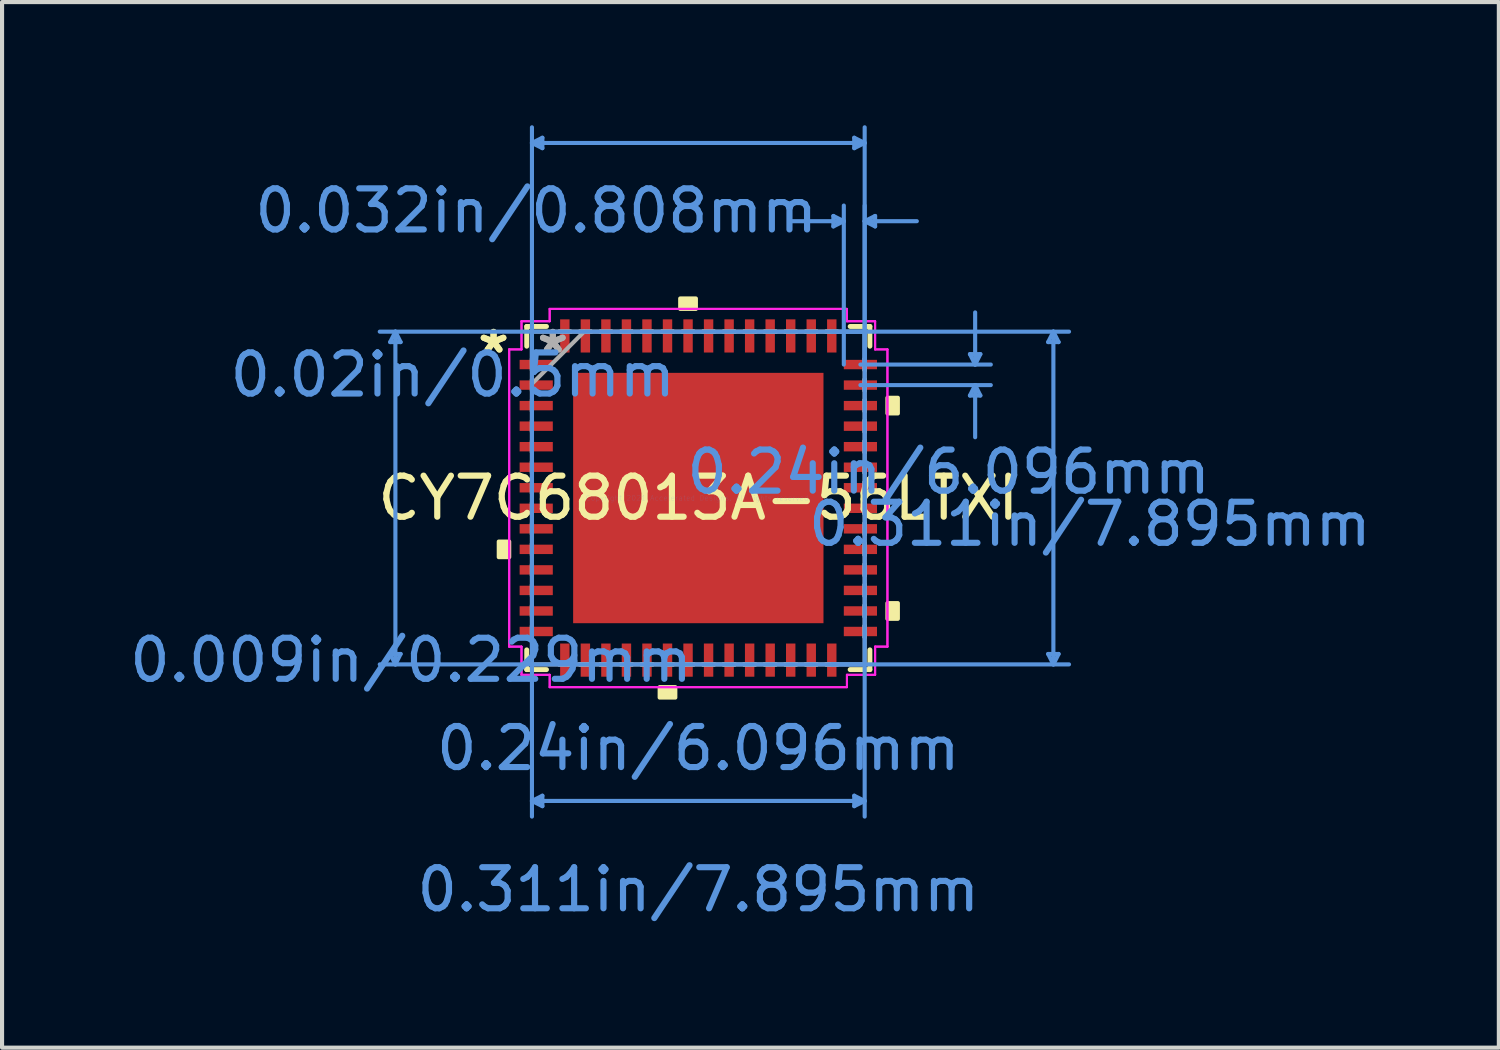
<source format=kicad_pcb>
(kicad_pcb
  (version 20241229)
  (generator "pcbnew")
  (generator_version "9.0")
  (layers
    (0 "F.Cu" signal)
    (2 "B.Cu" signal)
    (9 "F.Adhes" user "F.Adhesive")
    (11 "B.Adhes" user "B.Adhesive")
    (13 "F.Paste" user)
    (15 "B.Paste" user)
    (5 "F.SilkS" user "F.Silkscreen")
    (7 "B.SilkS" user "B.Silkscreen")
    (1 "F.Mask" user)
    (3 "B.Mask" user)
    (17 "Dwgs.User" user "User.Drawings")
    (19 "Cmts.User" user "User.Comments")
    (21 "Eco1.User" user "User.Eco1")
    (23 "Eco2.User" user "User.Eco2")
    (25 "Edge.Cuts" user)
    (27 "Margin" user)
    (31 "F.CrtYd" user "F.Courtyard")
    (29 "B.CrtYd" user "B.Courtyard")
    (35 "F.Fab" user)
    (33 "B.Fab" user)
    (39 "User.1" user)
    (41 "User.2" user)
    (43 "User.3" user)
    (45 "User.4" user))
  (footprint "CY7C68013A-56LTXI"
    (layer "F.Cu")
    (at 13.954 9.077)
    (property "Reference" "CY7C68013A-56LTXI" (at 0 0 0) (layer "F.SilkS") (effects (font (size 1 1) (thickness 0.15))))
    (attr through_hole)
    (fp_line (start -4.178 -4.178) (end -4.178 -3.697) (stroke (width 0.12) (type solid)) (layer "F.SilkS"))
    (fp_line (start -4.178 3.697) (end -4.178 4.178) (stroke (width 0.12) (type solid)) (layer "F.SilkS"))
    (fp_line (start -4.178 4.178) (end -3.697 4.178) (stroke (width 0.12) (type solid)) (layer "F.SilkS"))
    (fp_line (start -3.697 -4.178) (end -4.178 -4.178) (stroke (width 0.12) (type solid)) (layer "F.SilkS"))
    (fp_line (start 3.697 4.178) (end 4.178 4.178) (stroke (width 0.12) (type solid)) (layer "F.SilkS"))
    (fp_line (start 4.178 -4.178) (end 3.697 -4.178) (stroke (width 0.12) (type solid)) (layer "F.SilkS"))
    (fp_line (start 4.178 -3.697) (end 4.178 -4.178) (stroke (width 0.12) (type solid)) (layer "F.SilkS"))
    (fp_line (start 4.178 4.178) (end 4.178 3.697) (stroke (width 0.12) (type solid)) (layer "F.SilkS"))
    (fp_poly (pts (xy -4.859 1.06) (xy -4.859 1.44) (xy -4.605 1.44) (xy -4.605 1.06)) (stroke (width 0.1) (type solid)) (fill yes) (layer "F.SilkS"))
    (fp_poly (pts (xy -0.941 4.605) (xy -0.941 4.859) (xy -0.56 4.859) (xy -0.56 4.605)) (stroke (width 0.1) (type solid)) (fill yes) (layer "F.SilkS"))
    (fp_poly (pts (xy -0.441 -4.605) (xy -0.441 -4.859) (xy -0.059 -4.859) (xy -0.059 -4.605)) (stroke (width 0.1) (type solid)) (fill yes) (layer "F.SilkS"))
    (fp_poly (pts (xy 4.859 -2.441) (xy 4.859 -2.06) (xy 4.605 -2.06) (xy 4.605 -2.441)) (stroke (width 0.1) (type solid)) (fill yes) (layer "F.SilkS"))
    (fp_poly (pts (xy 4.859 2.559) (xy 4.859 2.941) (xy 4.605 2.941) (xy 4.605 2.559)) (stroke (width 0.1) (type solid)) (fill yes) (layer "F.SilkS"))
    (fp_poly (pts (xy -2.948 -2.948) (xy -2.948 -1.624) (xy -1.624 -1.624) (xy -1.624 -2.948)) (stroke (width 0.1) (type solid)) (fill yes) (layer "F.Paste"))
    (fp_poly (pts (xy -2.948 -1.424) (xy -2.948 -0.1) (xy -1.624 -0.1) (xy -1.624 -1.424)) (stroke (width 0.1) (type solid)) (fill yes) (layer "F.Paste"))
    (fp_poly (pts (xy -2.948 0.1) (xy -2.948 1.424) (xy -1.624 1.424) (xy -1.624 0.1)) (stroke (width 0.1) (type solid)) (fill yes) (layer "F.Paste"))
    (fp_poly (pts (xy -2.948 1.624) (xy -2.948 2.948) (xy -1.624 2.948) (xy -1.624 1.624)) (stroke (width 0.1) (type solid)) (fill yes) (layer "F.Paste"))
    (fp_poly (pts (xy -1.424 -2.948) (xy -1.424 -1.624) (xy -0.1 -1.624) (xy -0.1 -2.948)) (stroke (width 0.1) (type solid)) (fill yes) (layer "F.Paste"))
    (fp_poly (pts (xy -1.424 -1.424) (xy -1.424 -0.1) (xy -0.1 -0.1) (xy -0.1 -1.424)) (stroke (width 0.1) (type solid)) (fill yes) (layer "F.Paste"))
    (fp_poly (pts (xy -1.424 0.1) (xy -1.424 1.424) (xy -0.1 1.424) (xy -0.1 0.1)) (stroke (width 0.1) (type solid)) (fill yes) (layer "F.Paste"))
    (fp_poly (pts (xy -1.424 1.624) (xy -1.424 2.948) (xy -0.1 2.948) (xy -0.1 1.624)) (stroke (width 0.1) (type solid)) (fill yes) (layer "F.Paste"))
    (fp_poly (pts (xy 0.1 -2.948) (xy 0.1 -1.624) (xy 1.424 -1.624) (xy 1.424 -2.948)) (stroke (width 0.1) (type solid)) (fill yes) (layer "F.Paste"))
    (fp_poly (pts (xy 0.1 -1.424) (xy 0.1 -0.1) (xy 1.424 -0.1) (xy 1.424 -1.424)) (stroke (width 0.1) (type solid)) (fill yes) (layer "F.Paste"))
    (fp_poly (pts (xy 0.1 0.1) (xy 0.1 1.424) (xy 1.424 1.424) (xy 1.424 0.1)) (stroke (width 0.1) (type solid)) (fill yes) (layer "F.Paste"))
    (fp_poly (pts (xy 0.1 1.624) (xy 0.1 2.948) (xy 1.424 2.948) (xy 1.424 1.624)) (stroke (width 0.1) (type solid)) (fill yes) (layer "F.Paste"))
    (fp_poly (pts (xy 1.624 -2.948) (xy 1.624 -1.624) (xy 2.948 -1.624) (xy 2.948 -2.948)) (stroke (width 0.1) (type solid)) (fill yes) (layer "F.Paste"))
    (fp_poly (pts (xy 1.624 -1.424) (xy 1.624 -0.1) (xy 2.948 -0.1) (xy 2.948 -1.424)) (stroke (width 0.1) (type solid)) (fill yes) (layer "F.Paste"))
    (fp_poly (pts (xy 1.624 0.1) (xy 1.624 1.424) (xy 2.948 1.424) (xy 2.948 0.1)) (stroke (width 0.1) (type solid)) (fill yes) (layer "F.Paste"))
    (fp_poly (pts (xy 1.624 1.624) (xy 1.624 2.948) (xy 2.948 2.948) (xy 2.948 1.624)) (stroke (width 0.1) (type solid)) (fill yes) (layer "F.Paste"))
    (fp_line (start -7.503 -3.797) (end -7.249 -3.797) (stroke (width 0.1) (type solid)) (layer "Cmts.User"))
    (fp_line (start -7.503 3.797) (end -7.249 3.797) (stroke (width 0.1) (type solid)) (layer "Cmts.User"))
    (fp_line (start -7.376 -4.051) (end -7.503 -3.797) (stroke (width 0.1) (type solid)) (layer "Cmts.User"))
    (fp_line (start -7.376 -4.051) (end -7.376 4.051) (stroke (width 0.1) (type solid)) (layer "Cmts.User"))
    (fp_line (start -7.376 -4.051) (end -7.249 -3.797) (stroke (width 0.1) (type solid)) (layer "Cmts.User"))
    (fp_line (start -7.376 4.051) (end -7.503 3.797) (stroke (width 0.1) (type solid)) (layer "Cmts.User"))
    (fp_line (start -7.376 4.051) (end -7.249 3.797) (stroke (width 0.1) (type solid)) (layer "Cmts.User"))
    (fp_line (start -4.051 -8.646) (end -3.797 -8.773) (stroke (width 0.1) (type solid)) (layer "Cmts.User"))
    (fp_line (start -4.051 -8.646) (end -3.797 -8.519) (stroke (width 0.1) (type solid)) (layer "Cmts.User"))
    (fp_line (start -4.051 -8.646) (end 4.051 -8.646) (stroke (width 0.1) (type solid)) (layer "Cmts.User"))
    (fp_line (start -4.051 -4.051) (end -4.051 7.757) (stroke (width 0.1) (type solid)) (layer "Cmts.User"))
    (fp_line (start -4.051 -3.25) (end -4.051 -9.027) (stroke (width 0.1) (type solid)) (layer "Cmts.User"))
    (fp_line (start -4.051 7.376) (end -3.797 7.249) (stroke (width 0.1) (type solid)) (layer "Cmts.User"))
    (fp_line (start -4.051 7.376) (end -3.797 7.503) (stroke (width 0.1) (type solid)) (layer "Cmts.User"))
    (fp_line (start -4.051 7.376) (end 4.051 7.376) (stroke (width 0.1) (type solid)) (layer "Cmts.User"))
    (fp_line (start -3.797 -8.773) (end -3.797 -8.519) (stroke (width 0.1) (type solid)) (layer "Cmts.User"))
    (fp_line (start -3.797 7.249) (end -3.797 7.503) (stroke (width 0.1) (type solid)) (layer "Cmts.User"))
    (fp_line (start 3.25 -4.051) (end 9.027 -4.051) (stroke (width 0.1) (type solid)) (layer "Cmts.User"))
    (fp_line (start 3.25 4.051) (end 9.027 4.051) (stroke (width 0.1) (type solid)) (layer "Cmts.User"))
    (fp_line (start 3.289 -6.868) (end 3.289 -6.614) (stroke (width 0.1) (type solid)) (layer "Cmts.User"))
    (fp_line (start 3.543 -6.741) (end 2.273 -6.741) (stroke (width 0.1) (type solid)) (layer "Cmts.User"))
    (fp_line (start 3.543 -6.741) (end 3.289 -6.868) (stroke (width 0.1) (type solid)) (layer "Cmts.User"))
    (fp_line (start 3.543 -6.741) (end 3.289 -6.614) (stroke (width 0.1) (type solid)) (layer "Cmts.User"))
    (fp_line (start 3.543 -3.25) (end 3.543 -7.122) (stroke (width 0.1) (type solid)) (layer "Cmts.User"))
    (fp_line (start 3.797 -8.773) (end 3.797 -8.519) (stroke (width 0.1) (type solid)) (layer "Cmts.User"))
    (fp_line (start 3.797 7.249) (end 3.797 7.503) (stroke (width 0.1) (type solid)) (layer "Cmts.User"))
    (fp_line (start 3.947 -3.25) (end 7.122 -3.25) (stroke (width 0.1) (type solid)) (layer "Cmts.User"))
    (fp_line (start 3.947 -2.75) (end 7.122 -2.75) (stroke (width 0.1) (type solid)) (layer "Cmts.User"))
    (fp_line (start 4.051 -8.646) (end 3.797 -8.773) (stroke (width 0.1) (type solid)) (layer "Cmts.User"))
    (fp_line (start 4.051 -8.646) (end 3.797 -8.519) (stroke (width 0.1) (type solid)) (layer "Cmts.User"))
    (fp_line (start 4.051 -6.741) (end 4.305 -6.868) (stroke (width 0.1) (type solid)) (layer "Cmts.User"))
    (fp_line (start 4.051 -6.741) (end 4.305 -6.614) (stroke (width 0.1) (type solid)) (layer "Cmts.User"))
    (fp_line (start 4.051 -6.741) (end 5.321 -6.741) (stroke (width 0.1) (type solid)) (layer "Cmts.User"))
    (fp_line (start 4.051 -4.051) (end -7.757 -4.051) (stroke (width 0.1) (type solid)) (layer "Cmts.User"))
    (fp_line (start 4.051 -4.051) (end 4.051 7.757) (stroke (width 0.1) (type solid)) (layer "Cmts.User"))
    (fp_line (start 4.051 -3.25) (end 4.051 -9.027) (stroke (width 0.1) (type solid)) (layer "Cmts.User"))
    (fp_line (start 4.051 -3.25) (end 4.051 -7.122) (stroke (width 0.1) (type solid)) (layer "Cmts.User"))
    (fp_line (start 4.051 4.051) (end -7.757 4.051) (stroke (width 0.1) (type solid)) (layer "Cmts.User"))
    (fp_line (start 4.051 7.376) (end 3.797 7.249) (stroke (width 0.1) (type solid)) (layer "Cmts.User"))
    (fp_line (start 4.051 7.376) (end 3.797 7.503) (stroke (width 0.1) (type solid)) (layer "Cmts.User"))
    (fp_line (start 4.305 -6.868) (end 4.305 -6.614) (stroke (width 0.1) (type solid)) (layer "Cmts.User"))
    (fp_line (start 6.614 -3.504) (end 6.868 -3.504) (stroke (width 0.1) (type solid)) (layer "Cmts.User"))
    (fp_line (start 6.614 -2.496) (end 6.868 -2.496) (stroke (width 0.1) (type solid)) (layer "Cmts.User"))
    (fp_line (start 6.741 -3.25) (end 6.614 -3.504) (stroke (width 0.1) (type solid)) (layer "Cmts.User"))
    (fp_line (start 6.741 -3.25) (end 6.741 -4.52) (stroke (width 0.1) (type solid)) (layer "Cmts.User"))
    (fp_line (start 6.741 -3.25) (end 6.868 -3.504) (stroke (width 0.1) (type solid)) (layer "Cmts.User"))
    (fp_line (start 6.741 -2.75) (end 6.614 -2.496) (stroke (width 0.1) (type solid)) (layer "Cmts.User"))
    (fp_line (start 6.741 -2.75) (end 6.741 -1.48) (stroke (width 0.1) (type solid)) (layer "Cmts.User"))
    (fp_line (start 6.741 -2.75) (end 6.868 -2.496) (stroke (width 0.1) (type solid)) (layer "Cmts.User"))
    (fp_line (start 8.519 -3.797) (end 8.773 -3.797) (stroke (width 0.1) (type solid)) (layer "Cmts.User"))
    (fp_line (start 8.519 3.797) (end 8.773 3.797) (stroke (width 0.1) (type solid)) (layer "Cmts.User"))
    (fp_line (start 8.646 -4.051) (end 8.519 -3.797) (stroke (width 0.1) (type solid)) (layer "Cmts.User"))
    (fp_line (start 8.646 -4.051) (end 8.646 4.051) (stroke (width 0.1) (type solid)) (layer "Cmts.User"))
    (fp_line (start 8.646 -4.051) (end 8.773 -3.797) (stroke (width 0.1) (type solid)) (layer "Cmts.User"))
    (fp_line (start 8.646 4.051) (end 8.519 3.797) (stroke (width 0.1) (type solid)) (layer "Cmts.User"))
    (fp_line (start 8.646 4.051) (end 8.773 3.797) (stroke (width 0.1) (type solid)) (layer "Cmts.User"))
    (fp_line (start -4.605 -3.619) (end -4.305 -3.619) (stroke (width 0.05) (type solid)) (layer "F.CrtYd"))
    (fp_line (start -4.605 -3.619) (end -4.305 -3.619) (stroke (width 0.05) (type solid)) (layer "F.CrtYd"))
    (fp_line (start -4.605 3.619) (end -4.605 -3.619) (stroke (width 0.05) (type solid)) (layer "F.CrtYd"))
    (fp_line (start -4.605 3.619) (end -4.605 -3.619) (stroke (width 0.05) (type solid)) (layer "F.CrtYd"))
    (fp_line (start -4.305 -4.305) (end -3.619 -4.305) (stroke (width 0.05) (type solid)) (layer "F.CrtYd"))
    (fp_line (start -4.305 -4.305) (end -3.619 -4.305) (stroke (width 0.05) (type solid)) (layer "F.CrtYd"))
    (fp_line (start -4.305 -3.619) (end -4.305 -4.305) (stroke (width 0.05) (type solid)) (layer "F.CrtYd"))
    (fp_line (start -4.305 -3.619) (end -4.305 -4.305) (stroke (width 0.05) (type solid)) (layer "F.CrtYd"))
    (fp_line (start -4.305 3.619) (end -4.605 3.619) (stroke (width 0.05) (type solid)) (layer "F.CrtYd"))
    (fp_line (start -4.305 3.619) (end -4.605 3.619) (stroke (width 0.05) (type solid)) (layer "F.CrtYd"))
    (fp_line (start -4.305 4.305) (end -4.305 3.619) (stroke (width 0.05) (type solid)) (layer "F.CrtYd"))
    (fp_line (start -4.305 4.305) (end -4.305 3.619) (stroke (width 0.05) (type solid)) (layer "F.CrtYd"))
    (fp_line (start -3.619 -4.605) (end 3.619 -4.605) (stroke (width 0.05) (type solid)) (layer "F.CrtYd"))
    (fp_line (start -3.619 -4.605) (end 3.619 -4.605) (stroke (width 0.05) (type solid)) (layer "F.CrtYd"))
    (fp_line (start -3.619 -4.305) (end -3.619 -4.605) (stroke (width 0.05) (type solid)) (layer "F.CrtYd"))
    (fp_line (start -3.619 -4.305) (end -3.619 -4.605) (stroke (width 0.05) (type solid)) (layer "F.CrtYd"))
    (fp_line (start -3.619 4.305) (end -4.305 4.305) (stroke (width 0.05) (type solid)) (layer "F.CrtYd"))
    (fp_line (start -3.619 4.305) (end -4.305 4.305) (stroke (width 0.05) (type solid)) (layer "F.CrtYd"))
    (fp_line (start -3.619 4.605) (end -3.619 4.305) (stroke (width 0.05) (type solid)) (layer "F.CrtYd"))
    (fp_line (start -3.619 4.605) (end -3.619 4.305) (stroke (width 0.05) (type solid)) (layer "F.CrtYd"))
    (fp_line (start 3.619 -4.605) (end 3.619 -4.305) (stroke (width 0.05) (type solid)) (layer "F.CrtYd"))
    (fp_line (start 3.619 -4.605) (end 3.619 -4.305) (stroke (width 0.05) (type solid)) (layer "F.CrtYd"))
    (fp_line (start 3.619 -4.305) (end 4.305 -4.305) (stroke (width 0.05) (type solid)) (layer "F.CrtYd"))
    (fp_line (start 3.619 -4.305) (end 4.305 -4.305) (stroke (width 0.05) (type solid)) (layer "F.CrtYd"))
    (fp_line (start 3.619 4.305) (end 3.619 4.605) (stroke (width 0.05) (type solid)) (layer "F.CrtYd"))
    (fp_line (start 3.619 4.305) (end 3.619 4.605) (stroke (width 0.05) (type solid)) (layer "F.CrtYd"))
    (fp_line (start 3.619 4.605) (end -3.619 4.605) (stroke (width 0.05) (type solid)) (layer "F.CrtYd"))
    (fp_line (start 3.619 4.605) (end -3.619 4.605) (stroke (width 0.05) (type solid)) (layer "F.CrtYd"))
    (fp_line (start 4.305 -4.305) (end 4.305 -3.619) (stroke (width 0.05) (type solid)) (layer "F.CrtYd"))
    (fp_line (start 4.305 -4.305) (end 4.305 -3.619) (stroke (width 0.05) (type solid)) (layer "F.CrtYd"))
    (fp_line (start 4.305 -3.619) (end 4.605 -3.619) (stroke (width 0.05) (type solid)) (layer "F.CrtYd"))
    (fp_line (start 4.305 -3.619) (end 4.605 -3.619) (stroke (width 0.05) (type solid)) (layer "F.CrtYd"))
    (fp_line (start 4.305 3.619) (end 4.305 4.305) (stroke (width 0.05) (type solid)) (layer "F.CrtYd"))
    (fp_line (start 4.305 3.619) (end 4.305 4.305) (stroke (width 0.05) (type solid)) (layer "F.CrtYd"))
    (fp_line (start 4.305 4.305) (end 3.619 4.305) (stroke (width 0.05) (type solid)) (layer "F.CrtYd"))
    (fp_line (start 4.305 4.305) (end 3.619 4.305) (stroke (width 0.05) (type solid)) (layer "F.CrtYd"))
    (fp_line (start 4.605 -3.619) (end 4.605 3.619) (stroke (width 0.05) (type solid)) (layer "F.CrtYd"))
    (fp_line (start 4.605 -3.619) (end 4.605 3.619) (stroke (width 0.05) (type solid)) (layer "F.CrtYd"))
    (fp_line (start 4.605 3.619) (end 4.305 3.619) (stroke (width 0.05) (type solid)) (layer "F.CrtYd"))
    (fp_line (start 4.605 3.619) (end 4.305 3.619) (stroke (width 0.05) (type solid)) (layer "F.CrtYd"))
    (fp_line (start -4.051 -4.051) (end -4.051 -4.051) (stroke (width 0.1) (type solid)) (layer "F.Fab"))
    (fp_line (start -4.051 -4.051) (end -4.051 4.051) (stroke (width 0.1) (type solid)) (layer "F.Fab"))
    (fp_line (start -4.051 -3.39) (end -4.051 -3.39) (stroke (width 0.1) (type solid)) (layer "F.Fab"))
    (fp_line (start -4.051 -3.39) (end -4.051 -3.11) (stroke (width 0.1) (type solid)) (layer "F.Fab"))
    (fp_line (start -4.051 -3.11) (end -4.051 -3.39) (stroke (width 0.1) (type solid)) (layer "F.Fab"))
    (fp_line (start -4.051 -3.11) (end -4.051 -3.11) (stroke (width 0.1) (type solid)) (layer "F.Fab"))
    (fp_line (start -4.051 -2.89) (end -4.051 -2.89) (stroke (width 0.1) (type solid)) (layer "F.Fab"))
    (fp_line (start -4.051 -2.89) (end -4.051 -2.61) (stroke (width 0.1) (type solid)) (layer "F.Fab"))
    (fp_line (start -4.051 -2.781) (end -2.781 -4.051) (stroke (width 0.1) (type solid)) (layer "F.Fab"))
    (fp_line (start -4.051 -2.61) (end -4.051 -2.89) (stroke (width 0.1) (type solid)) (layer "F.Fab"))
    (fp_line (start -4.051 -2.61) (end -4.051 -2.61) (stroke (width 0.1) (type solid)) (layer "F.Fab"))
    (fp_line (start -4.051 -2.39) (end -4.051 -2.39) (stroke (width 0.1) (type solid)) (layer "F.Fab"))
    (fp_line (start -4.051 -2.39) (end -4.051 -2.11) (stroke (width 0.1) (type solid)) (layer "F.Fab"))
    (fp_line (start -4.051 -2.11) (end -4.051 -2.39) (stroke (width 0.1) (type solid)) (layer "F.Fab"))
    (fp_line (start -4.051 -2.11) (end -4.051 -2.11) (stroke (width 0.1) (type solid)) (layer "F.Fab"))
    (fp_line (start -4.051 -1.89) (end -4.051 -1.89) (stroke (width 0.1) (type solid)) (layer "F.Fab"))
    (fp_line (start -4.051 -1.89) (end -4.051 -1.61) (stroke (width 0.1) (type solid)) (layer "F.Fab"))
    (fp_line (start -4.051 -1.61) (end -4.051 -1.89) (stroke (width 0.1) (type solid)) (layer "F.Fab"))
    (fp_line (start -4.051 -1.61) (end -4.051 -1.61) (stroke (width 0.1) (type solid)) (layer "F.Fab"))
    (fp_line (start -4.051 -1.39) (end -4.051 -1.39) (stroke (width 0.1) (type solid)) (layer "F.Fab"))
    (fp_line (start -4.051 -1.39) (end -4.051 -1.11) (stroke (width 0.1) (type solid)) (layer "F.Fab"))
    (fp_line (start -4.051 -1.11) (end -4.051 -1.39) (stroke (width 0.1) (type solid)) (layer "F.Fab"))
    (fp_line (start -4.051 -1.11) (end -4.051 -1.11) (stroke (width 0.1) (type solid)) (layer "F.Fab"))
    (fp_line (start -4.051 -0.89) (end -4.051 -0.89) (stroke (width 0.1) (type solid)) (layer "F.Fab"))
    (fp_line (start -4.051 -0.89) (end -4.051 -0.61) (stroke (width 0.1) (type solid)) (layer "F.Fab"))
    (fp_line (start -4.051 -0.61) (end -4.051 -0.89) (stroke (width 0.1) (type solid)) (layer "F.Fab"))
    (fp_line (start -4.051 -0.61) (end -4.051 -0.61) (stroke (width 0.1) (type solid)) (layer "F.Fab"))
    (fp_line (start -4.051 -0.39) (end -4.051 -0.39) (stroke (width 0.1) (type solid)) (layer "F.Fab"))
    (fp_line (start -4.051 -0.39) (end -4.051 -0.11) (stroke (width 0.1) (type solid)) (layer "F.Fab"))
    (fp_line (start -4.051 -0.11) (end -4.051 -0.39) (stroke (width 0.1) (type solid)) (layer "F.Fab"))
    (fp_line (start -4.051 -0.11) (end -4.051 -0.11) (stroke (width 0.1) (type solid)) (layer "F.Fab"))
    (fp_line (start -4.051 0.11) (end -4.051 0.11) (stroke (width 0.1) (type solid)) (layer "F.Fab"))
    (fp_line (start -4.051 0.11) (end -4.051 0.39) (stroke (width 0.1) (type solid)) (layer "F.Fab"))
    (fp_line (start -4.051 0.39) (end -4.051 0.11) (stroke (width 0.1) (type solid)) (layer "F.Fab"))
    (fp_line (start -4.051 0.39) (end -4.051 0.39) (stroke (width 0.1) (type solid)) (layer "F.Fab"))
    (fp_line (start -4.051 0.61) (end -4.051 0.61) (stroke (width 0.1) (type solid)) (layer "F.Fab"))
    (fp_line (start -4.051 0.61) (end -4.051 0.89) (stroke (width 0.1) (type solid)) (layer "F.Fab"))
    (fp_line (start -4.051 0.89) (end -4.051 0.61) (stroke (width 0.1) (type solid)) (layer "F.Fab"))
    (fp_line (start -4.051 0.89) (end -4.051 0.89) (stroke (width 0.1) (type solid)) (layer "F.Fab"))
    (fp_line (start -4.051 1.11) (end -4.051 1.11) (stroke (width 0.1) (type solid)) (layer "F.Fab"))
    (fp_line (start -4.051 1.11) (end -4.051 1.39) (stroke (width 0.1) (type solid)) (layer "F.Fab"))
    (fp_line (start -4.051 1.39) (end -4.051 1.11) (stroke (width 0.1) (type solid)) (layer "F.Fab"))
    (fp_line (start -4.051 1.39) (end -4.051 1.39) (stroke (width 0.1) (type solid)) (layer "F.Fab"))
    (fp_line (start -4.051 1.61) (end -4.051 1.61) (stroke (width 0.1) (type solid)) (layer "F.Fab"))
    (fp_line (start -4.051 1.61) (end -4.051 1.89) (stroke (width 0.1) (type solid)) (layer "F.Fab"))
    (fp_line (start -4.051 1.89) (end -4.051 1.61) (stroke (width 0.1) (type solid)) (layer "F.Fab"))
    (fp_line (start -4.051 1.89) (end -4.051 1.89) (stroke (width 0.1) (type solid)) (layer "F.Fab"))
    (fp_line (start -4.051 2.11) (end -4.051 2.11) (stroke (width 0.1) (type solid)) (layer "F.Fab"))
    (fp_line (start -4.051 2.11) (end -4.051 2.39) (stroke (width 0.1) (type solid)) (layer "F.Fab"))
    (fp_line (start -4.051 2.39) (end -4.051 2.11) (stroke (width 0.1) (type solid)) (layer "F.Fab"))
    (fp_line (start -4.051 2.39) (end -4.051 2.39) (stroke (width 0.1) (type solid)) (layer "F.Fab"))
    (fp_line (start -4.051 2.61) (end -4.051 2.61) (stroke (width 0.1) (type solid)) (layer "F.Fab"))
    (fp_line (start -4.051 2.61) (end -4.051 2.89) (stroke (width 0.1) (type solid)) (layer "F.Fab"))
    (fp_line (start -4.051 2.89) (end -4.051 2.61) (stroke (width 0.1) (type solid)) (layer "F.Fab"))
    (fp_line (start -4.051 2.89) (end -4.051 2.89) (stroke (width 0.1) (type solid)) (layer "F.Fab"))
    (fp_line (start -4.051 3.11) (end -4.051 3.11) (stroke (width 0.1) (type solid)) (layer "F.Fab"))
    (fp_line (start -4.051 3.11) (end -4.051 3.39) (stroke (width 0.1) (type solid)) (layer "F.Fab"))
    (fp_line (start -4.051 3.39) (end -4.051 3.11) (stroke (width 0.1) (type solid)) (layer "F.Fab"))
    (fp_line (start -4.051 3.39) (end -4.051 3.39) (stroke (width 0.1) (type solid)) (layer "F.Fab"))
    (fp_line (start -4.051 4.051) (end -4.051 4.051) (stroke (width 0.1) (type solid)) (layer "F.Fab"))
    (fp_line (start -4.051 4.051) (end 4.051 4.051) (stroke (width 0.1) (type solid)) (layer "F.Fab"))
    (fp_line (start -3.39 -4.051) (end -3.39 -4.051) (stroke (width 0.1) (type solid)) (layer "F.Fab"))
    (fp_line (start -3.39 -4.051) (end -3.11 -4.051) (stroke (width 0.1) (type solid)) (layer "F.Fab"))
    (fp_line (start -3.39 4.051) (end -3.39 4.051) (stroke (width 0.1) (type solid)) (layer "F.Fab"))
    (fp_line (start -3.39 4.051) (end -3.11 4.051) (stroke (width 0.1) (type solid)) (layer "F.Fab"))
    (fp_line (start -3.11 -4.051) (end -3.39 -4.051) (stroke (width 0.1) (type solid)) (layer "F.Fab"))
    (fp_line (start -3.11 -4.051) (end -3.11 -4.051) (stroke (width 0.1) (type solid)) (layer "F.Fab"))
    (fp_line (start -3.11 4.051) (end -3.39 4.051) (stroke (width 0.1) (type solid)) (layer "F.Fab"))
    (fp_line (start -3.11 4.051) (end -3.11 4.051) (stroke (width 0.1) (type solid)) (layer "F.Fab"))
    (fp_line (start -2.89 -4.051) (end -2.89 -4.051) (stroke (width 0.1) (type solid)) (layer "F.Fab"))
    (fp_line (start -2.89 -4.051) (end -2.61 -4.051) (stroke (width 0.1) (type solid)) (layer "F.Fab"))
    (fp_line (start -2.89 4.051) (end -2.89 4.051) (stroke (width 0.1) (type solid)) (layer "F.Fab"))
    (fp_line (start -2.89 4.051) (end -2.61 4.051) (stroke (width 0.1) (type solid)) (layer "F.Fab"))
    (fp_line (start -2.61 -4.051) (end -2.89 -4.051) (stroke (width 0.1) (type solid)) (layer "F.Fab"))
    (fp_line (start -2.61 -4.051) (end -2.61 -4.051) (stroke (width 0.1) (type solid)) (layer "F.Fab"))
    (fp_line (start -2.61 4.051) (end -2.89 4.051) (stroke (width 0.1) (type solid)) (layer "F.Fab"))
    (fp_line (start -2.61 4.051) (end -2.61 4.051) (stroke (width 0.1) (type solid)) (layer "F.Fab"))
    (fp_line (start -2.39 -4.051) (end -2.39 -4.051) (stroke (width 0.1) (type solid)) (layer "F.Fab"))
    (fp_line (start -2.39 -4.051) (end -2.11 -4.051) (stroke (width 0.1) (type solid)) (layer "F.Fab"))
    (fp_line (start -2.39 4.051) (end -2.39 4.051) (stroke (width 0.1) (type solid)) (layer "F.Fab"))
    (fp_line (start -2.39 4.051) (end -2.11 4.051) (stroke (width 0.1) (type solid)) (layer "F.Fab"))
    (fp_line (start -2.11 -4.051) (end -2.39 -4.051) (stroke (width 0.1) (type solid)) (layer "F.Fab"))
    (fp_line (start -2.11 -4.051) (end -2.11 -4.051) (stroke (width 0.1) (type solid)) (layer "F.Fab"))
    (fp_line (start -2.11 4.051) (end -2.39 4.051) (stroke (width 0.1) (type solid)) (layer "F.Fab"))
    (fp_line (start -2.11 4.051) (end -2.11 4.051) (stroke (width 0.1) (type solid)) (layer "F.Fab"))
    (fp_line (start -1.89 -4.051) (end -1.89 -4.051) (stroke (width 0.1) (type solid)) (layer "F.Fab"))
    (fp_line (start -1.89 -4.051) (end -1.61 -4.051) (stroke (width 0.1) (type solid)) (layer "F.Fab"))
    (fp_line (start -1.89 4.051) (end -1.89 4.051) (stroke (width 0.1) (type solid)) (layer "F.Fab"))
    (fp_line (start -1.89 4.051) (end -1.61 4.051) (stroke (width 0.1) (type solid)) (layer "F.Fab"))
    (fp_line (start -1.61 -4.051) (end -1.89 -4.051) (stroke (width 0.1) (type solid)) (layer "F.Fab"))
    (fp_line (start -1.61 -4.051) (end -1.61 -4.051) (stroke (width 0.1) (type solid)) (layer "F.Fab"))
    (fp_line (start -1.61 4.051) (end -1.89 4.051) (stroke (width 0.1) (type solid)) (layer "F.Fab"))
    (fp_line (start -1.61 4.051) (end -1.61 4.051) (stroke (width 0.1) (type solid)) (layer "F.Fab"))
    (fp_line (start -1.39 -4.051) (end -1.39 -4.051) (stroke (width 0.1) (type solid)) (layer "F.Fab"))
    (fp_line (start -1.39 -4.051) (end -1.11 -4.051) (stroke (width 0.1) (type solid)) (layer "F.Fab"))
    (fp_line (start -1.39 4.051) (end -1.39 4.051) (stroke (width 0.1) (type solid)) (layer "F.Fab"))
    (fp_line (start -1.39 4.051) (end -1.11 4.051) (stroke (width 0.1) (type solid)) (layer "F.Fab"))
    (fp_line (start -1.11 -4.051) (end -1.39 -4.051) (stroke (width 0.1) (type solid)) (layer "F.Fab"))
    (fp_line (start -1.11 -4.051) (end -1.11 -4.051) (stroke (width 0.1) (type solid)) (layer "F.Fab"))
    (fp_line (start -1.11 4.051) (end -1.39 4.051) (stroke (width 0.1) (type solid)) (layer "F.Fab"))
    (fp_line (start -1.11 4.051) (end -1.11 4.051) (stroke (width 0.1) (type solid)) (layer "F.Fab"))
    (fp_line (start -0.89 -4.051) (end -0.89 -4.051) (stroke (width 0.1) (type solid)) (layer "F.Fab"))
    (fp_line (start -0.89 -4.051) (end -0.61 -4.051) (stroke (width 0.1) (type solid)) (layer "F.Fab"))
    (fp_line (start -0.89 4.051) (end -0.89 4.051) (stroke (width 0.1) (type solid)) (layer "F.Fab"))
    (fp_line (start -0.89 4.051) (end -0.61 4.051) (stroke (width 0.1) (type solid)) (layer "F.Fab"))
    (fp_line (start -0.61 -4.051) (end -0.89 -4.051) (stroke (width 0.1) (type solid)) (layer "F.Fab"))
    (fp_line (start -0.61 -4.051) (end -0.61 -4.051) (stroke (width 0.1) (type solid)) (layer "F.Fab"))
    (fp_line (start -0.61 4.051) (end -0.89 4.051) (stroke (width 0.1) (type solid)) (layer "F.Fab"))
    (fp_line (start -0.61 4.051) (end -0.61 4.051) (stroke (width 0.1) (type solid)) (layer "F.Fab"))
    (fp_line (start -0.39 -4.051) (end -0.39 -4.051) (stroke (width 0.1) (type solid)) (layer "F.Fab"))
    (fp_line (start -0.39 -4.051) (end -0.11 -4.051) (stroke (width 0.1) (type solid)) (layer "F.Fab"))
    (fp_line (start -0.39 4.051) (end -0.39 4.051) (stroke (width 0.1) (type solid)) (layer "F.Fab"))
    (fp_line (start -0.39 4.051) (end -0.11 4.051) (stroke (width 0.1) (type solid)) (layer "F.Fab"))
    (fp_line (start -0.11 -4.051) (end -0.39 -4.051) (stroke (width 0.1) (type solid)) (layer "F.Fab"))
    (fp_line (start -0.11 -4.051) (end -0.11 -4.051) (stroke (width 0.1) (type solid)) (layer "F.Fab"))
    (fp_line (start -0.11 4.051) (end -0.39 4.051) (stroke (width 0.1) (type solid)) (layer "F.Fab"))
    (fp_line (start -0.11 4.051) (end -0.11 4.051) (stroke (width 0.1) (type solid)) (layer "F.Fab"))
    (fp_line (start 0.11 -4.051) (end 0.11 -4.051) (stroke (width 0.1) (type solid)) (layer "F.Fab"))
    (fp_line (start 0.11 -4.051) (end 0.39 -4.051) (stroke (width 0.1) (type solid)) (layer "F.Fab"))
    (fp_line (start 0.11 4.051) (end 0.11 4.051) (stroke (width 0.1) (type solid)) (layer "F.Fab"))
    (fp_line (start 0.11 4.051) (end 0.39 4.051) (stroke (width 0.1) (type solid)) (layer "F.Fab"))
    (fp_line (start 0.39 -4.051) (end 0.11 -4.051) (stroke (width 0.1) (type solid)) (layer "F.Fab"))
    (fp_line (start 0.39 -4.051) (end 0.39 -4.051) (stroke (width 0.1) (type solid)) (layer "F.Fab"))
    (fp_line (start 0.39 4.051) (end 0.11 4.051) (stroke (width 0.1) (type solid)) (layer "F.Fab"))
    (fp_line (start 0.39 4.051) (end 0.39 4.051) (stroke (width 0.1) (type solid)) (layer "F.Fab"))
    (fp_line (start 0.61 -4.051) (end 0.61 -4.051) (stroke (width 0.1) (type solid)) (layer "F.Fab"))
    (fp_line (start 0.61 -4.051) (end 0.89 -4.051) (stroke (width 0.1) (type solid)) (layer "F.Fab"))
    (fp_line (start 0.61 4.051) (end 0.61 4.051) (stroke (width 0.1) (type solid)) (layer "F.Fab"))
    (fp_line (start 0.61 4.051) (end 0.89 4.051) (stroke (width 0.1) (type solid)) (layer "F.Fab"))
    (fp_line (start 0.89 -4.051) (end 0.61 -4.051) (stroke (width 0.1) (type solid)) (layer "F.Fab"))
    (fp_line (start 0.89 -4.051) (end 0.89 -4.051) (stroke (width 0.1) (type solid)) (layer "F.Fab"))
    (fp_line (start 0.89 4.051) (end 0.61 4.051) (stroke (width 0.1) (type solid)) (layer "F.Fab"))
    (fp_line (start 0.89 4.051) (end 0.89 4.051) (stroke (width 0.1) (type solid)) (layer "F.Fab"))
    (fp_line (start 1.11 -4.051) (end 1.11 -4.051) (stroke (width 0.1) (type solid)) (layer "F.Fab"))
    (fp_line (start 1.11 -4.051) (end 1.39 -4.051) (stroke (width 0.1) (type solid)) (layer "F.Fab"))
    (fp_line (start 1.11 4.051) (end 1.11 4.051) (stroke (width 0.1) (type solid)) (layer "F.Fab"))
    (fp_line (start 1.11 4.051) (end 1.39 4.051) (stroke (width 0.1) (type solid)) (layer "F.Fab"))
    (fp_line (start 1.39 -4.051) (end 1.11 -4.051) (stroke (width 0.1) (type solid)) (layer "F.Fab"))
    (fp_line (start 1.39 -4.051) (end 1.39 -4.051) (stroke (width 0.1) (type solid)) (layer "F.Fab"))
    (fp_line (start 1.39 4.051) (end 1.11 4.051) (stroke (width 0.1) (type solid)) (layer "F.Fab"))
    (fp_line (start 1.39 4.051) (end 1.39 4.051) (stroke (width 0.1) (type solid)) (layer "F.Fab"))
    (fp_line (start 1.61 -4.051) (end 1.61 -4.051) (stroke (width 0.1) (type solid)) (layer "F.Fab"))
    (fp_line (start 1.61 -4.051) (end 1.89 -4.051) (stroke (width 0.1) (type solid)) (layer "F.Fab"))
    (fp_line (start 1.61 4.051) (end 1.61 4.051) (stroke (width 0.1) (type solid)) (layer "F.Fab"))
    (fp_line (start 1.61 4.051) (end 1.89 4.051) (stroke (width 0.1) (type solid)) (layer "F.Fab"))
    (fp_line (start 1.89 -4.051) (end 1.61 -4.051) (stroke (width 0.1) (type solid)) (layer "F.Fab"))
    (fp_line (start 1.89 -4.051) (end 1.89 -4.051) (stroke (width 0.1) (type solid)) (layer "F.Fab"))
    (fp_line (start 1.89 4.051) (end 1.61 4.051) (stroke (width 0.1) (type solid)) (layer "F.Fab"))
    (fp_line (start 1.89 4.051) (end 1.89 4.051) (stroke (width 0.1) (type solid)) (layer "F.Fab"))
    (fp_line (start 2.11 -4.051) (end 2.11 -4.051) (stroke (width 0.1) (type solid)) (layer "F.Fab"))
    (fp_line (start 2.11 -4.051) (end 2.39 -4.051) (stroke (width 0.1) (type solid)) (layer "F.Fab"))
    (fp_line (start 2.11 4.051) (end 2.11 4.051) (stroke (width 0.1) (type solid)) (layer "F.Fab"))
    (fp_line (start 2.11 4.051) (end 2.39 4.051) (stroke (width 0.1) (type solid)) (layer "F.Fab"))
    (fp_line (start 2.39 -4.051) (end 2.11 -4.051) (stroke (width 0.1) (type solid)) (layer "F.Fab"))
    (fp_line (start 2.39 -4.051) (end 2.39 -4.051) (stroke (width 0.1) (type solid)) (layer "F.Fab"))
    (fp_line (start 2.39 4.051) (end 2.11 4.051) (stroke (width 0.1) (type solid)) (layer "F.Fab"))
    (fp_line (start 2.39 4.051) (end 2.39 4.051) (stroke (width 0.1) (type solid)) (layer "F.Fab"))
    (fp_line (start 2.61 -4.051) (end 2.61 -4.051) (stroke (width 0.1) (type solid)) (layer "F.Fab"))
    (fp_line (start 2.61 -4.051) (end 2.89 -4.051) (stroke (width 0.1) (type solid)) (layer "F.Fab"))
    (fp_line (start 2.61 4.051) (end 2.61 4.051) (stroke (width 0.1) (type solid)) (layer "F.Fab"))
    (fp_line (start 2.61 4.051) (end 2.89 4.051) (stroke (width 0.1) (type solid)) (layer "F.Fab"))
    (fp_line (start 2.89 -4.051) (end 2.61 -4.051) (stroke (width 0.1) (type solid)) (layer "F.Fab"))
    (fp_line (start 2.89 -4.051) (end 2.89 -4.051) (stroke (width 0.1) (type solid)) (layer "F.Fab"))
    (fp_line (start 2.89 4.051) (end 2.61 4.051) (stroke (width 0.1) (type solid)) (layer "F.Fab"))
    (fp_line (start 2.89 4.051) (end 2.89 4.051) (stroke (width 0.1) (type solid)) (layer "F.Fab"))
    (fp_line (start 3.11 -4.051) (end 3.11 -4.051) (stroke (width 0.1) (type solid)) (layer "F.Fab"))
    (fp_line (start 3.11 -4.051) (end 3.39 -4.051) (stroke (width 0.1) (type solid)) (layer "F.Fab"))
    (fp_line (start 3.11 4.051) (end 3.11 4.051) (stroke (width 0.1) (type solid)) (layer "F.Fab"))
    (fp_line (start 3.11 4.051) (end 3.39 4.051) (stroke (width 0.1) (type solid)) (layer "F.Fab"))
    (fp_line (start 3.39 -4.051) (end 3.11 -4.051) (stroke (width 0.1) (type solid)) (layer "F.Fab"))
    (fp_line (start 3.39 -4.051) (end 3.39 -4.051) (stroke (width 0.1) (type solid)) (layer "F.Fab"))
    (fp_line (start 3.39 4.051) (end 3.11 4.051) (stroke (width 0.1) (type solid)) (layer "F.Fab"))
    (fp_line (start 3.39 4.051) (end 3.39 4.051) (stroke (width 0.1) (type solid)) (layer "F.Fab"))
    (fp_line (start 4.051 -4.051) (end -4.051 -4.051) (stroke (width 0.1) (type solid)) (layer "F.Fab"))
    (fp_line (start 4.051 -4.051) (end 4.051 -4.051) (stroke (width 0.1) (type solid)) (layer "F.Fab"))
    (fp_line (start 4.051 -3.39) (end 4.051 -3.39) (stroke (width 0.1) (type solid)) (layer "F.Fab"))
    (fp_line (start 4.051 -3.39) (end 4.051 -3.11) (stroke (width 0.1) (type solid)) (layer "F.Fab"))
    (fp_line (start 4.051 -3.11) (end 4.051 -3.39) (stroke (width 0.1) (type solid)) (layer "F.Fab"))
    (fp_line (start 4.051 -3.11) (end 4.051 -3.11) (stroke (width 0.1) (type solid)) (layer "F.Fab"))
    (fp_line (start 4.051 -2.89) (end 4.051 -2.89) (stroke (width 0.1) (type solid)) (layer "F.Fab"))
    (fp_line (start 4.051 -2.89) (end 4.051 -2.61) (stroke (width 0.1) (type solid)) (layer "F.Fab"))
    (fp_line (start 4.051 -2.61) (end 4.051 -2.89) (stroke (width 0.1) (type solid)) (layer "F.Fab"))
    (fp_line (start 4.051 -2.61) (end 4.051 -2.61) (stroke (width 0.1) (type solid)) (layer "F.Fab"))
    (fp_line (start 4.051 -2.39) (end 4.051 -2.39) (stroke (width 0.1) (type solid)) (layer "F.Fab"))
    (fp_line (start 4.051 -2.39) (end 4.051 -2.11) (stroke (width 0.1) (type solid)) (layer "F.Fab"))
    (fp_line (start 4.051 -2.11) (end 4.051 -2.39) (stroke (width 0.1) (type solid)) (layer "F.Fab"))
    (fp_line (start 4.051 -2.11) (end 4.051 -2.11) (stroke (width 0.1) (type solid)) (layer "F.Fab"))
    (fp_line (start 4.051 -1.89) (end 4.051 -1.89) (stroke (width 0.1) (type solid)) (layer "F.Fab"))
    (fp_line (start 4.051 -1.89) (end 4.051 -1.61) (stroke (width 0.1) (type solid)) (layer "F.Fab"))
    (fp_line (start 4.051 -1.61) (end 4.051 -1.89) (stroke (width 0.1) (type solid)) (layer "F.Fab"))
    (fp_line (start 4.051 -1.61) (end 4.051 -1.61) (stroke (width 0.1) (type solid)) (layer "F.Fab"))
    (fp_line (start 4.051 -1.39) (end 4.051 -1.39) (stroke (width 0.1) (type solid)) (layer "F.Fab"))
    (fp_line (start 4.051 -1.39) (end 4.051 -1.11) (stroke (width 0.1) (type solid)) (layer "F.Fab"))
    (fp_line (start 4.051 -1.11) (end 4.051 -1.39) (stroke (width 0.1) (type solid)) (layer "F.Fab"))
    (fp_line (start 4.051 -1.11) (end 4.051 -1.11) (stroke (width 0.1) (type solid)) (layer "F.Fab"))
    (fp_line (start 4.051 -0.89) (end 4.051 -0.89) (stroke (width 0.1) (type solid)) (layer "F.Fab"))
    (fp_line (start 4.051 -0.89) (end 4.051 -0.61) (stroke (width 0.1) (type solid)) (layer "F.Fab"))
    (fp_line (start 4.051 -0.61) (end 4.051 -0.89) (stroke (width 0.1) (type solid)) (layer "F.Fab"))
    (fp_line (start 4.051 -0.61) (end 4.051 -0.61) (stroke (width 0.1) (type solid)) (layer "F.Fab"))
    (fp_line (start 4.051 -0.39) (end 4.051 -0.39) (stroke (width 0.1) (type solid)) (layer "F.Fab"))
    (fp_line (start 4.051 -0.39) (end 4.051 -0.11) (stroke (width 0.1) (type solid)) (layer "F.Fab"))
    (fp_line (start 4.051 -0.11) (end 4.051 -0.39) (stroke (width 0.1) (type solid)) (layer "F.Fab"))
    (fp_line (start 4.051 -0.11) (end 4.051 -0.11) (stroke (width 0.1) (type solid)) (layer "F.Fab"))
    (fp_line (start 4.051 0.11) (end 4.051 0.11) (stroke (width 0.1) (type solid)) (layer "F.Fab"))
    (fp_line (start 4.051 0.11) (end 4.051 0.39) (stroke (width 0.1) (type solid)) (layer "F.Fab"))
    (fp_line (start 4.051 0.39) (end 4.051 0.11) (stroke (width 0.1) (type solid)) (layer "F.Fab"))
    (fp_line (start 4.051 0.39) (end 4.051 0.39) (stroke (width 0.1) (type solid)) (layer "F.Fab"))
    (fp_line (start 4.051 0.61) (end 4.051 0.61) (stroke (width 0.1) (type solid)) (layer "F.Fab"))
    (fp_line (start 4.051 0.61) (end 4.051 0.89) (stroke (width 0.1) (type solid)) (layer "F.Fab"))
    (fp_line (start 4.051 0.89) (end 4.051 0.61) (stroke (width 0.1) (type solid)) (layer "F.Fab"))
    (fp_line (start 4.051 0.89) (end 4.051 0.89) (stroke (width 0.1) (type solid)) (layer "F.Fab"))
    (fp_line (start 4.051 1.11) (end 4.051 1.11) (stroke (width 0.1) (type solid)) (layer "F.Fab"))
    (fp_line (start 4.051 1.11) (end 4.051 1.39) (stroke (width 0.1) (type solid)) (layer "F.Fab"))
    (fp_line (start 4.051 1.39) (end 4.051 1.11) (stroke (width 0.1) (type solid)) (layer "F.Fab"))
    (fp_line (start 4.051 1.39) (end 4.051 1.39) (stroke (width 0.1) (type solid)) (layer "F.Fab"))
    (fp_line (start 4.051 1.61) (end 4.051 1.61) (stroke (width 0.1) (type solid)) (layer "F.Fab"))
    (fp_line (start 4.051 1.61) (end 4.051 1.89) (stroke (width 0.1) (type solid)) (layer "F.Fab"))
    (fp_line (start 4.051 1.89) (end 4.051 1.61) (stroke (width 0.1) (type solid)) (layer "F.Fab"))
    (fp_line (start 4.051 1.89) (end 4.051 1.89) (stroke (width 0.1) (type solid)) (layer "F.Fab"))
    (fp_line (start 4.051 2.11) (end 4.051 2.11) (stroke (width 0.1) (type solid)) (layer "F.Fab"))
    (fp_line (start 4.051 2.11) (end 4.051 2.39) (stroke (width 0.1) (type solid)) (layer "F.Fab"))
    (fp_line (start 4.051 2.39) (end 4.051 2.11) (stroke (width 0.1) (type solid)) (layer "F.Fab"))
    (fp_line (start 4.051 2.39) (end 4.051 2.39) (stroke (width 0.1) (type solid)) (layer "F.Fab"))
    (fp_line (start 4.051 2.61) (end 4.051 2.61) (stroke (width 0.1) (type solid)) (layer "F.Fab"))
    (fp_line (start 4.051 2.61) (end 4.051 2.89) (stroke (width 0.1) (type solid)) (layer "F.Fab"))
    (fp_line (start 4.051 2.89) (end 4.051 2.61) (stroke (width 0.1) (type solid)) (layer "F.Fab"))
    (fp_line (start 4.051 2.89) (end 4.051 2.89) (stroke (width 0.1) (type solid)) (layer "F.Fab"))
    (fp_line (start 4.051 3.11) (end 4.051 3.11) (stroke (width 0.1) (type solid)) (layer "F.Fab"))
    (fp_line (start 4.051 3.11) (end 4.051 3.39) (stroke (width 0.1) (type solid)) (layer "F.Fab"))
    (fp_line (start 4.051 3.39) (end 4.051 3.11) (stroke (width 0.1) (type solid)) (layer "F.Fab"))
    (fp_line (start 4.051 3.39) (end 4.051 3.39) (stroke (width 0.1) (type solid)) (layer "F.Fab"))
    (fp_line (start 4.051 4.051) (end 4.051 -4.051) (stroke (width 0.1) (type solid)) (layer "F.Fab"))
    (fp_line (start 4.051 4.051) (end 4.051 4.051) (stroke (width 0.1) (type solid)) (layer "F.Fab"))
    (fp_text user "*" (at -4.986 -3.5 0) (layer "F.SilkS") (effects (font (size 1 1) (thickness 0.15))))
    (fp_text user "*" (at -4.986 -3.5 0) (layer "F.SilkS") (effects (font (size 1 1) (thickness 0.15))))
    (fp_text user "0.311in/7.895mm" (at 0 9.535 0) (layer "Cmts.User") (effects (font (size 1 1) (thickness 0.15))))
    (fp_text user "0.02in/0.5mm" (at -5.979 -3 0) (layer "Cmts.User") (effects (font (size 1 1) (thickness 0.15))))
    (fp_text user "0.032in/0.808mm" (at -3.947 -6.995 0) (layer "Cmts.User") (effects (font (size 1 1) (thickness 0.15))))
    (fp_text user "0.311in/7.895mm" (at 9.535 0.635 0) (layer "Cmts.User") (effects (font (size 1 1) (thickness 0.15))))
    (fp_text user "0.009in/0.229mm" (at -6.995 3.947 0) (layer "Cmts.User") (effects (font (size 1 1) (thickness 0.15))))
    (fp_text user "0.24in/6.096mm" (at 6.096 -0.635 0) (layer "Cmts.User") (effects (font (size 1 1) (thickness 0.15))))
    (fp_text user "0.24in/6.096mm" (at 0 6.096 0) (layer "Cmts.User") (effects (font (size 1 1) (thickness 0.15))))
    (fp_text user "Copyright 2021 Accelerated Designs. All rights reserved." (at 0 0 0) (layer "Cmts.User") (effects (font (size 0.127 0.127) (thickness 0.002))))
    (fp_text user "*" (at -3.543 -3.5 0) (layer "F.Fab") (effects (font (size 1 1) (thickness 0.15))))
    (fp_text user "*" (at -3.543 -3.5 0) (layer "F.Fab") (effects (font (size 1 1) (thickness 0.15))))
    (pad "1" smd rect (at -3.947 -3.25 90) (size 0.229 0.808) (layers "F.Cu" "F.Mask" "F.Paste"))
    (pad "2" smd rect (at -3.947 -2.75 90) (size 0.229 0.808) (layers "F.Cu" "F.Mask" "F.Paste"))
    (pad "3" smd rect (at -3.947 -2.25 90) (size 0.229 0.808) (layers "F.Cu" "F.Mask" "F.Paste"))
    (pad "4" smd rect (at -3.947 -1.75 90) (size 0.229 0.808) (layers "F.Cu" "F.Mask" "F.Paste"))
    (pad "5" smd rect (at -3.947 -1.25 90) (size 0.229 0.808) (layers "F.Cu" "F.Mask" "F.Paste"))
    (pad "6" smd rect (at -3.947 -0.75 90) (size 0.229 0.808) (layers "F.Cu" "F.Mask" "F.Paste"))
    (pad "7" smd rect (at -3.947 -0.25 90) (size 0.229 0.808) (layers "F.Cu" "F.Mask" "F.Paste"))
    (pad "8" smd rect (at -3.947 0.25 90) (size 0.229 0.808) (layers "F.Cu" "F.Mask" "F.Paste"))
    (pad "9" smd rect (at -3.947 0.75 90) (size 0.229 0.808) (layers "F.Cu" "F.Mask" "F.Paste"))
    (pad "10" smd rect (at -3.947 1.25 90) (size 0.229 0.808) (layers "F.Cu" "F.Mask" "F.Paste"))
    (pad "11" smd rect (at -3.947 1.75 90) (size 0.229 0.808) (layers "F.Cu" "F.Mask" "F.Paste"))
    (pad "12" smd rect (at -3.947 2.25 90) (size 0.229 0.808) (layers "F.Cu" "F.Mask" "F.Paste"))
    (pad "13" smd rect (at -3.947 2.75 90) (size 0.229 0.808) (layers "F.Cu" "F.Mask" "F.Paste"))
    (pad "14" smd rect (at -3.947 3.25 90) (size 0.229 0.808) (layers "F.Cu" "F.Mask" "F.Paste"))
    (pad "15" smd rect (at -3.25 3.947) (size 0.229 0.808) (layers "F.Cu" "F.Mask" "F.Paste"))
    (pad "16" smd rect (at -2.75 3.947) (size 0.229 0.808) (layers "F.Cu" "F.Mask" "F.Paste"))
    (pad "17" smd rect (at -2.25 3.947) (size 0.229 0.808) (layers "F.Cu" "F.Mask" "F.Paste"))
    (pad "18" smd rect (at -1.75 3.947) (size 0.229 0.808) (layers "F.Cu" "F.Mask" "F.Paste"))
    (pad "19" smd rect (at -1.25 3.947) (size 0.229 0.808) (layers "F.Cu" "F.Mask" "F.Paste"))
    (pad "20" smd rect (at -0.75 3.947) (size 0.229 0.808) (layers "F.Cu" "F.Mask" "F.Paste"))
    (pad "21" smd rect (at -0.25 3.947) (size 0.229 0.808) (layers "F.Cu" "F.Mask" "F.Paste"))
    (pad "22" smd rect (at 0.25 3.947) (size 0.229 0.808) (layers "F.Cu" "F.Mask" "F.Paste"))
    (pad "23" smd rect (at 0.75 3.947) (size 0.229 0.808) (layers "F.Cu" "F.Mask" "F.Paste"))
    (pad "24" smd rect (at 1.25 3.947) (size 0.229 0.808) (layers "F.Cu" "F.Mask" "F.Paste"))
    (pad "25" smd rect (at 1.75 3.947) (size 0.229 0.808) (layers "F.Cu" "F.Mask" "F.Paste"))
    (pad "26" smd rect (at 2.25 3.947) (size 0.229 0.808) (layers "F.Cu" "F.Mask" "F.Paste"))
    (pad "27" smd rect (at 2.75 3.947) (size 0.229 0.808) (layers "F.Cu" "F.Mask" "F.Paste"))
    (pad "28" smd rect (at 3.25 3.947) (size 0.229 0.808) (layers "F.Cu" "F.Mask" "F.Paste"))
    (pad "29" smd rect (at 3.947 3.25 90) (size 0.229 0.808) (layers "F.Cu" "F.Mask" "F.Paste"))
    (pad "30" smd rect (at 3.947 2.75 90) (size 0.229 0.808) (layers "F.Cu" "F.Mask" "F.Paste"))
    (pad "31" smd rect (at 3.947 2.25 90) (size 0.229 0.808) (layers "F.Cu" "F.Mask" "F.Paste"))
    (pad "32" smd rect (at 3.947 1.75 90) (size 0.229 0.808) (layers "F.Cu" "F.Mask" "F.Paste"))
    (pad "33" smd rect (at 3.947 1.25 90) (size 0.229 0.808) (layers "F.Cu" "F.Mask" "F.Paste"))
    (pad "34" smd rect (at 3.947 0.75 90) (size 0.229 0.808) (layers "F.Cu" "F.Mask" "F.Paste"))
    (pad "35" smd rect (at 3.947 0.25 90) (size 0.229 0.808) (layers "F.Cu" "F.Mask" "F.Paste"))
    (pad "36" smd rect (at 3.947 -0.25 90) (size 0.229 0.808) (layers "F.Cu" "F.Mask" "F.Paste"))
    (pad "37" smd rect (at 3.947 -0.75 90) (size 0.229 0.808) (layers "F.Cu" "F.Mask" "F.Paste"))
    (pad "38" smd rect (at 3.947 -1.25 90) (size 0.229 0.808) (layers "F.Cu" "F.Mask" "F.Paste"))
    (pad "39" smd rect (at 3.947 -1.75 90) (size 0.229 0.808) (layers "F.Cu" "F.Mask" "F.Paste"))
    (pad "40" smd rect (at 3.947 -2.25 90) (size 0.229 0.808) (layers "F.Cu" "F.Mask" "F.Paste"))
    (pad "41" smd rect (at 3.947 -2.75 90) (size 0.229 0.808) (layers "F.Cu" "F.Mask" "F.Paste"))
    (pad "42" smd rect (at 3.947 -3.25 90) (size 0.229 0.808) (layers "F.Cu" "F.Mask" "F.Paste"))
    (pad "43" smd rect (at 3.25 -3.947) (size 0.229 0.808) (layers "F.Cu" "F.Mask" "F.Paste"))
    (pad "44" smd rect (at 2.75 -3.947) (size 0.229 0.808) (layers "F.Cu" "F.Mask" "F.Paste"))
    (pad "45" smd rect (at 2.25 -3.947) (size 0.229 0.808) (layers "F.Cu" "F.Mask" "F.Paste"))
    (pad "46" smd rect (at 1.75 -3.947) (size 0.229 0.808) (layers "F.Cu" "F.Mask" "F.Paste"))
    (pad "47" smd rect (at 1.25 -3.947) (size 0.229 0.808) (layers "F.Cu" "F.Mask" "F.Paste"))
    (pad "48" smd rect (at 0.75 -3.947) (size 0.229 0.808) (layers "F.Cu" "F.Mask" "F.Paste"))
    (pad "49" smd rect (at 0.25 -3.947) (size 0.229 0.808) (layers "F.Cu" "F.Mask" "F.Paste"))
    (pad "50" smd rect (at -0.25 -3.947) (size 0.229 0.808) (layers "F.Cu" "F.Mask" "F.Paste"))
    (pad "51" smd rect (at -0.75 -3.947) (size 0.229 0.808) (layers "F.Cu" "F.Mask" "F.Paste"))
    (pad "52" smd rect (at -1.25 -3.947) (size 0.229 0.808) (layers "F.Cu" "F.Mask" "F.Paste"))
    (pad "53" smd rect (at -1.75 -3.947) (size 0.229 0.808) (layers "F.Cu" "F.Mask" "F.Paste"))
    (pad "54" smd rect (at -2.25 -3.947) (size 0.229 0.808) (layers "F.Cu" "F.Mask" "F.Paste"))
    (pad "55" smd rect (at -2.75 -3.947) (size 0.229 0.808) (layers "F.Cu" "F.Mask" "F.Paste"))
    (pad "56" smd rect (at -3.25 -3.947) (size 0.229 0.808) (layers "F.Cu" "F.Mask" "F.Paste"))
    (pad "57" smd rect (at 0 0) (size 6.096 6.096) (layers "F.Cu" "F.Mask")))
  (gr_rect
    (start -3 -3)
    (end 33.447 22.461)
    (stroke (width 0.1) (type default))
    (fill no)
    (layer "Edge.Cuts")))
</source>
